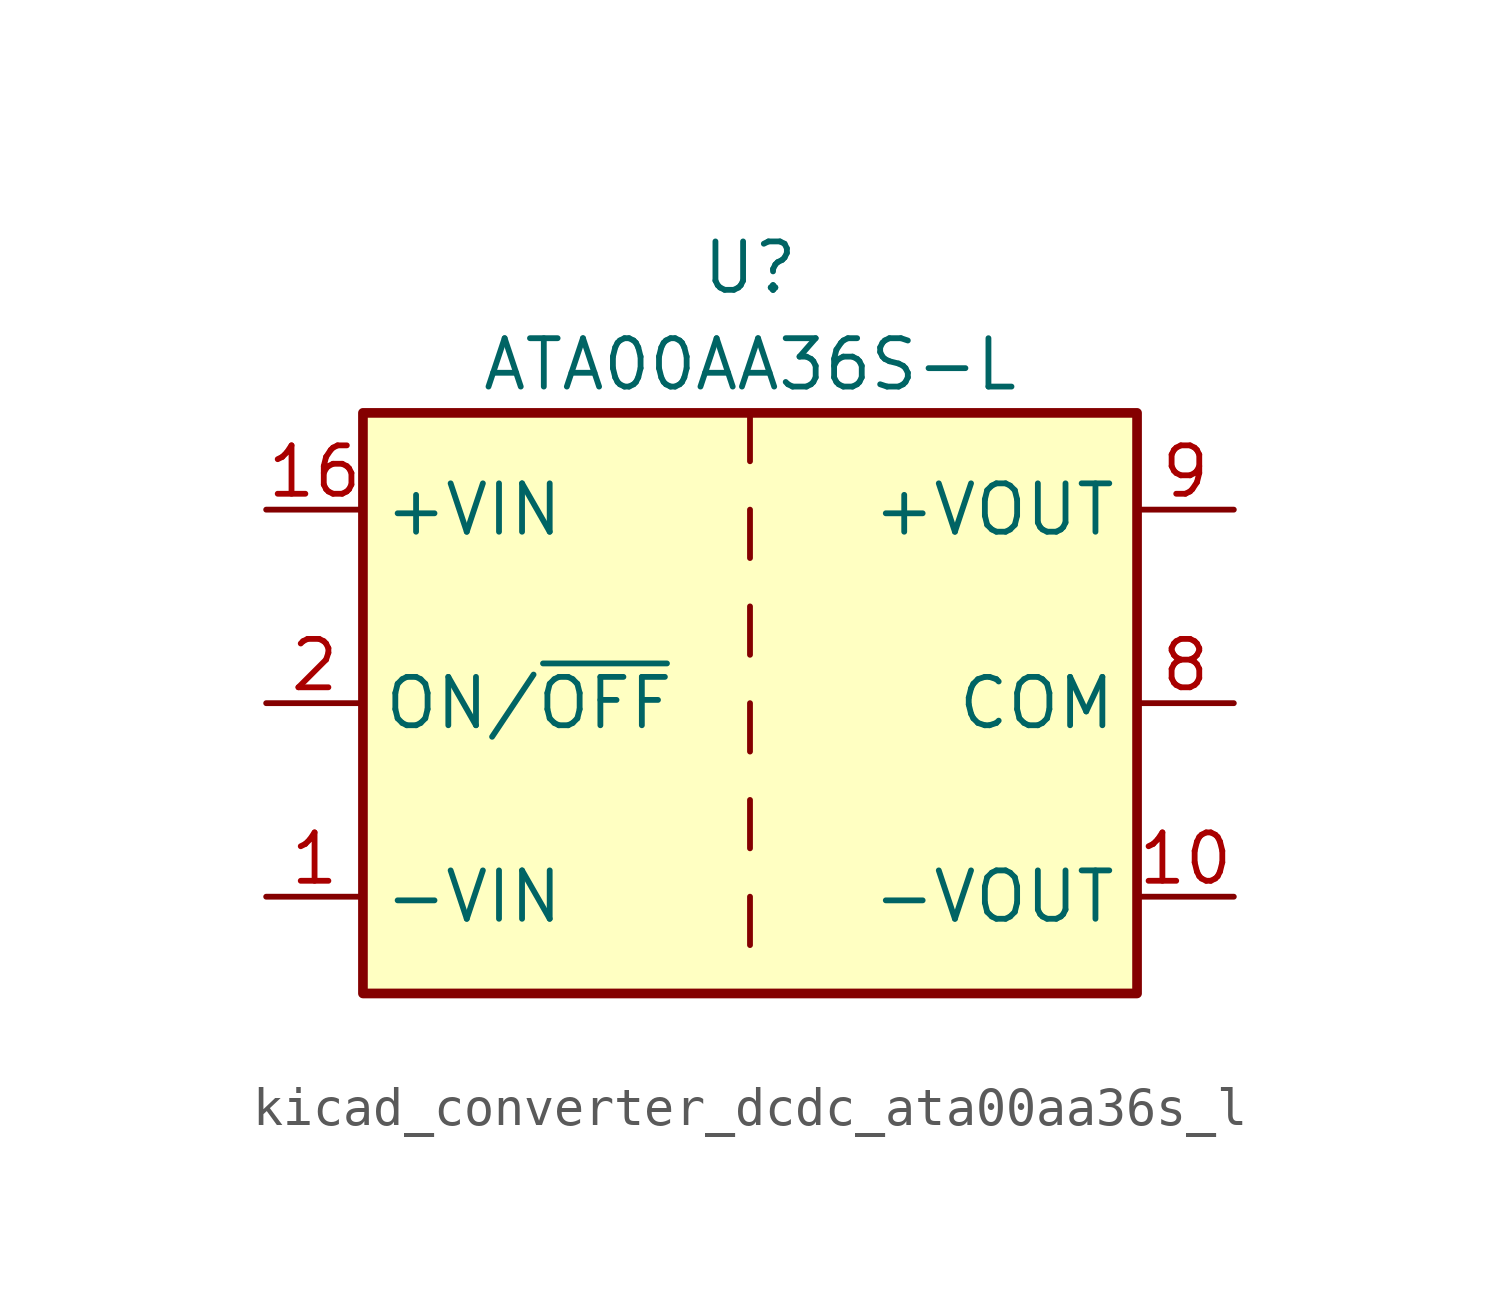
<source format=kicad_sym>
(kicad_symbol_lib
  (version 20220914)
  (generator kicad_symbol_editor)
  (symbol "kicad_converter_dcdc_ata00aa36s_l"
    (property "Reference" "U"
      (at 0 11.43 0)
      (effects (font (size 1.27 1.27))))
    (property "Value" "ATA00AA36S-L"
      (at 0 8.89 0)
      (effects (font (size 1.27 1.27))))
    (symbol "kicad_converter_dcdc_ata00aa36s_l_0_1"
      (rectangle (start -10.16 7.62) (end 10.16 -7.62) (stroke (width 0.254) (type default)) (fill (type background)))
      (polyline (pts (xy 0 -5.08) (xy 0 -6.35)) (stroke (width 0) (type default)) (fill (type none)))
      (polyline (pts (xy 0 -2.54) (xy 0 -3.81)) (stroke (width 0) (type default)) (fill (type none)))
      (polyline (pts (xy 0 0) (xy 0 -1.27)) (stroke (width 0) (type default)) (fill (type none)))
      (polyline (pts (xy 0 2.54) (xy 0 1.27)) (stroke (width 0) (type default)) (fill (type none)))
      (polyline (pts (xy 0 5.08) (xy 0 3.81)) (stroke (width 0) (type default)) (fill (type none)))
      (polyline (pts (xy 0 7.62) (xy 0 6.35)) (stroke (width 0) (type default)) (fill (type none))))
    (symbol "kicad_converter_dcdc_ata00aa36s_l_1_1"
      (pin power_in line (at -12.7 -5.08 0) (length 2.54) (name "-VIN" (effects (font (size 1.27 1.27)))) (number "1" (effects (font (size 1.27 1.27)))))
      (pin power_out line (at 12.7 -5.08 180) (length 2.54) (name "-VOUT" (effects (font (size 1.27 1.27)))) (number "10" (effects (font (size 1.27 1.27)))))
      (pin power_in line (at -12.7 5.08 0) (length 2.54) (name "+VIN" (effects (font (size 1.27 1.27)))) (number "16" (effects (font (size 1.27 1.27)))))
      (pin input line (at -12.7 0 0) (length 2.54) (name "ON/~{OFF}" (effects (font (size 1.27 1.27)))) (number "2" (effects (font (size 1.27 1.27)))))
      (pin no_connect line (at 10.16 2.54 180) (length 2.54) hide (name "NC" (effects (font (size 1.27 1.27)))) (number "7" (effects (font (size 1.27 1.27)))))
      (pin power_out line (at 12.7 0 180) (length 2.54) (name "COM" (effects (font (size 1.27 1.27)))) (number "8" (effects (font (size 1.27 1.27)))))
      (pin power_out line (at 12.7 5.08 180) (length 2.54) (name "+VOUT" (effects (font (size 1.27 1.27)))) (number "9" (effects (font (size 1.27 1.27))))))))
</source>
